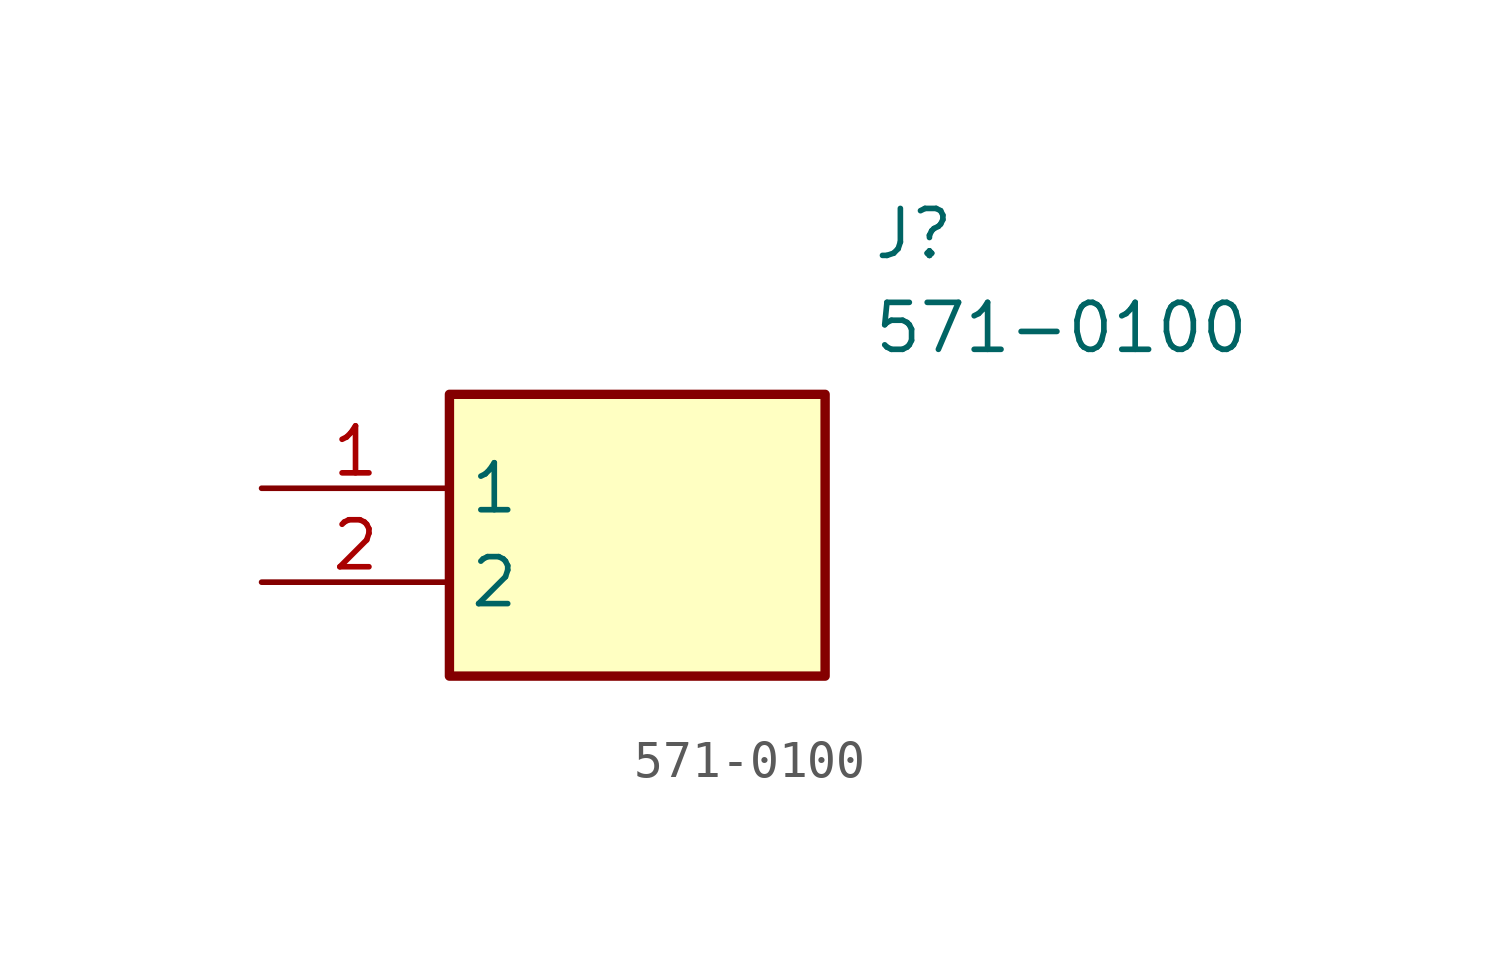
<source format=kicad_sym>
(kicad_symbol_lib
  (version 20231120)
  (generator "kicad_symbol_editor")
  (generator_version "8.0")
  (symbol "571-0100"
    (property "Reference" "J"
      (at 16.51 7.62 0)
      (effects (font (size 1.27 1.27)) (justify left top)))
    (property "Value" "571-0100"
      (at 16.51 5.08 0)
      (effects (font (size 1.27 1.27)) (justify left top)))
    (symbol "571-0100_1_1"
      (rectangle (start 5.08 2.54) (end 15.24 -5.08) (stroke (width 0.254) (type default)) (fill (type background)))
      (pin passive line (at 0 0 0) (length 5.08) (name "1" (effects (font (size 1.27 1.27)))) (number "1" (effects (font (size 1.27 1.27)))))
      (pin passive line (at 0 -2.54 0) (length 5.08) (name "2" (effects (font (size 1.27 1.27)))) (number "2" (effects (font (size 1.27 1.27))))))))
</source>
